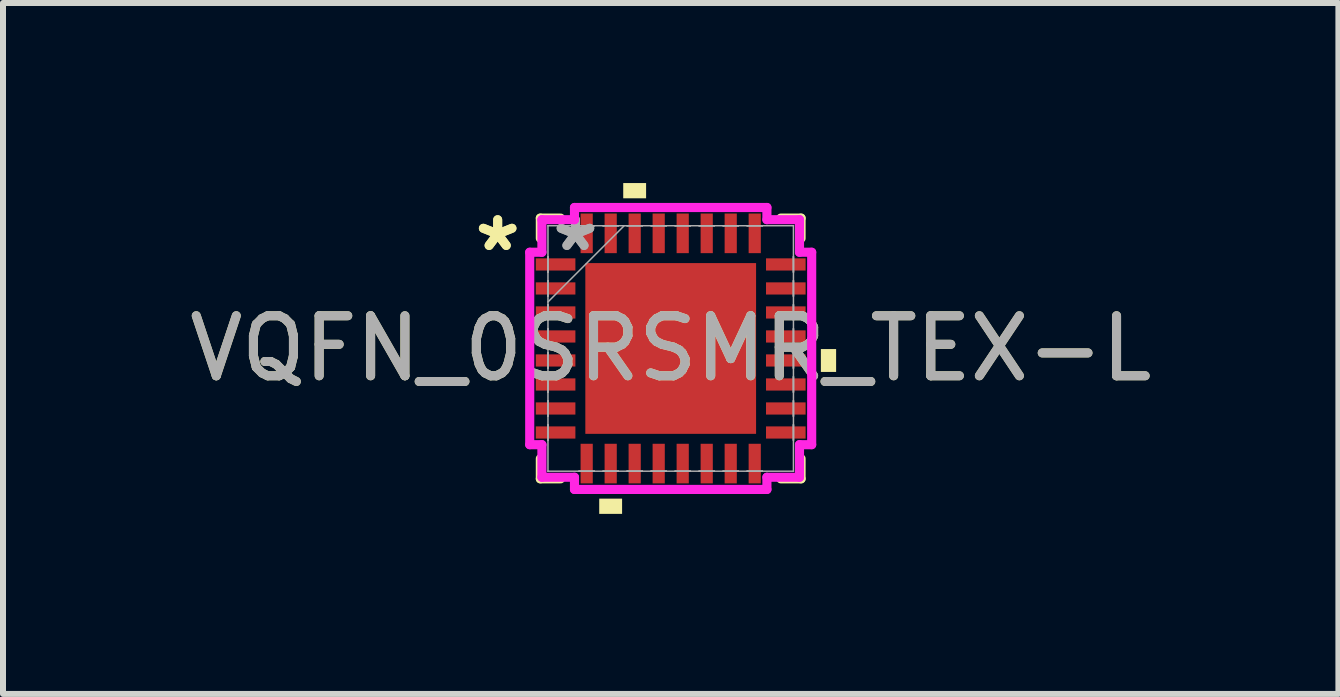
<source format=kicad_pcb>
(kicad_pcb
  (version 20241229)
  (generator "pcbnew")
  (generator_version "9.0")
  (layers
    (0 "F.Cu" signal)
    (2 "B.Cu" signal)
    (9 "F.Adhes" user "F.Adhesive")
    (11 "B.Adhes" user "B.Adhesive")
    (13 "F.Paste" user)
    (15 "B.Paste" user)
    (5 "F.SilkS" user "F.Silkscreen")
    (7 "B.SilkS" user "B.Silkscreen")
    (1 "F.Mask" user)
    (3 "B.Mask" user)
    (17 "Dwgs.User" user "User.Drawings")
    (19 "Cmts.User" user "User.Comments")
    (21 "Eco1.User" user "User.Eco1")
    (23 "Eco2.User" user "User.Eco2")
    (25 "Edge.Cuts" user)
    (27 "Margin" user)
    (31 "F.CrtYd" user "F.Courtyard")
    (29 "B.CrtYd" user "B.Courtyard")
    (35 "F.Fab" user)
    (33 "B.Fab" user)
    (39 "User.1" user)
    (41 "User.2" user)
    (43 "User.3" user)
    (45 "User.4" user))
  (footprint "VQFN_0SRSMR_TEX-L"
    (layer "F.Cu")
    (at 8.125 2.756)
    (property "Reference" "VQFN_0SRSMR_TEX-L" (at 0 0 0) (unlocked yes) (layer "F.SilkS") (effects (font (size 1 1) (thickness 0.15))))
    (attr smd)
    (fp_line (start -2.172 -2.172) (end -2.172 -1.835) (stroke (width 0.152) (type solid)) (layer "F.SilkS"))
    (fp_line (start -2.172 1.835) (end -2.172 2.172) (stroke (width 0.152) (type solid)) (layer "F.SilkS"))
    (fp_line (start -2.172 2.172) (end -1.835 2.172) (stroke (width 0.152) (type solid)) (layer "F.SilkS"))
    (fp_line (start -1.835 -2.172) (end -2.172 -2.172) (stroke (width 0.152) (type solid)) (layer "F.SilkS"))
    (fp_line (start 1.835 2.172) (end 2.172 2.172) (stroke (width 0.152) (type solid)) (layer "F.SilkS"))
    (fp_line (start 2.172 -2.172) (end 1.835 -2.172) (stroke (width 0.152) (type solid)) (layer "F.SilkS"))
    (fp_line (start 2.172 -1.835) (end 2.172 -2.172) (stroke (width 0.152) (type solid)) (layer "F.SilkS"))
    (fp_line (start 2.172 2.172) (end 2.172 1.835) (stroke (width 0.152) (type solid)) (layer "F.SilkS"))
    (fp_poly (pts (xy -1.191 2.502) (xy -1.191 2.756) (xy -0.81 2.756) (xy -0.81 2.502)) (stroke (width 0) (type solid)) (fill yes) (layer "F.SilkS"))
    (fp_poly (pts (xy -0.791 -2.502) (xy -0.791 -2.756) (xy -0.41 -2.756) (xy -0.41 -2.502)) (stroke (width 0) (type solid)) (fill yes) (layer "F.SilkS"))
    (fp_poly (pts (xy 2.756 0.01) (xy 2.756 0.391) (xy 2.502 0.391) (xy 2.502 0.01)) (stroke (width 0) (type solid)) (fill yes) (layer "F.SilkS"))
    (fp_poly (pts (xy -1.322 -1.322) (xy -1.322 -0.1) (xy -0.1 -0.1) (xy -0.1 -1.322)) (stroke (width 0) (type solid)) (fill yes) (layer "F.Paste"))
    (fp_poly (pts (xy -1.322 0.1) (xy -1.322 1.322) (xy -0.1 1.322) (xy -0.1 0.1)) (stroke (width 0) (type solid)) (fill yes) (layer "F.Paste"))
    (fp_poly (pts (xy 0.1 -1.322) (xy 0.1 -0.1) (xy 1.322 -0.1) (xy 1.322 -1.322)) (stroke (width 0) (type solid)) (fill yes) (layer "F.Paste"))
    (fp_poly (pts (xy 0.1 0.1) (xy 0.1 1.322) (xy 1.322 1.322) (xy 1.322 0.1)) (stroke (width 0) (type solid)) (fill yes) (layer "F.Paste"))
    (fp_line (start -2.349 -1.603) (end -2.146 -1.603) (stroke (width 0.152) (type solid)) (layer "F.CrtYd"))
    (fp_line (start -2.349 1.603) (end -2.349 -1.603) (stroke (width 0.152) (type solid)) (layer "F.CrtYd"))
    (fp_line (start -2.146 -2.146) (end -1.603 -2.146) (stroke (width 0.152) (type solid)) (layer "F.CrtYd"))
    (fp_line (start -2.146 -1.603) (end -2.146 -2.146) (stroke (width 0.152) (type solid)) (layer "F.CrtYd"))
    (fp_line (start -2.146 1.603) (end -2.349 1.603) (stroke (width 0.152) (type solid)) (layer "F.CrtYd"))
    (fp_line (start -2.146 2.146) (end -2.146 1.603) (stroke (width 0.152) (type solid)) (layer "F.CrtYd"))
    (fp_line (start -1.603 -2.349) (end 1.603 -2.349) (stroke (width 0.152) (type solid)) (layer "F.CrtYd"))
    (fp_line (start -1.603 -2.146) (end -1.603 -2.349) (stroke (width 0.152) (type solid)) (layer "F.CrtYd"))
    (fp_line (start -1.603 2.146) (end -2.146 2.146) (stroke (width 0.152) (type solid)) (layer "F.CrtYd"))
    (fp_line (start -1.603 2.349) (end -1.603 2.146) (stroke (width 0.152) (type solid)) (layer "F.CrtYd"))
    (fp_line (start 1.603 -2.349) (end 1.603 -2.146) (stroke (width 0.152) (type solid)) (layer "F.CrtYd"))
    (fp_line (start 1.603 -2.146) (end 2.146 -2.146) (stroke (width 0.152) (type solid)) (layer "F.CrtYd"))
    (fp_line (start 1.603 2.146) (end 1.603 2.349) (stroke (width 0.152) (type solid)) (layer "F.CrtYd"))
    (fp_line (start 1.603 2.349) (end -1.603 2.349) (stroke (width 0.152) (type solid)) (layer "F.CrtYd"))
    (fp_line (start 2.146 -2.146) (end 2.146 -1.603) (stroke (width 0.152) (type solid)) (layer "F.CrtYd"))
    (fp_line (start 2.146 -1.603) (end 2.349 -1.603) (stroke (width 0.152) (type solid)) (layer "F.CrtYd"))
    (fp_line (start 2.146 1.603) (end 2.146 2.146) (stroke (width 0.152) (type solid)) (layer "F.CrtYd"))
    (fp_line (start 2.146 2.146) (end 1.603 2.146) (stroke (width 0.152) (type solid)) (layer "F.CrtYd"))
    (fp_line (start 2.349 -1.603) (end 2.349 1.603) (stroke (width 0.152) (type solid)) (layer "F.CrtYd"))
    (fp_line (start 2.349 1.603) (end 2.146 1.603) (stroke (width 0.152) (type solid)) (layer "F.CrtYd"))
    (fp_line (start -2.045 -2.045) (end -2.045 -2.045) (stroke (width 0.025) (type solid)) (layer "F.Fab"))
    (fp_line (start -2.045 -2.045) (end -2.045 2.045) (stroke (width 0.025) (type solid)) (layer "F.Fab"))
    (fp_line (start -2.045 -1.527) (end -2.045 -1.527) (stroke (width 0.025) (type solid)) (layer "F.Fab"))
    (fp_line (start -2.045 -1.527) (end -2.045 -1.273) (stroke (width 0.025) (type solid)) (layer "F.Fab"))
    (fp_line (start -2.045 -1.273) (end -2.045 -1.527) (stroke (width 0.025) (type solid)) (layer "F.Fab"))
    (fp_line (start -2.045 -1.273) (end -2.045 -1.273) (stroke (width 0.025) (type solid)) (layer "F.Fab"))
    (fp_line (start -2.045 -1.127) (end -2.045 -1.127) (stroke (width 0.025) (type solid)) (layer "F.Fab"))
    (fp_line (start -2.045 -1.127) (end -2.045 -0.873) (stroke (width 0.025) (type solid)) (layer "F.Fab"))
    (fp_line (start -2.045 -0.873) (end -2.045 -1.127) (stroke (width 0.025) (type solid)) (layer "F.Fab"))
    (fp_line (start -2.045 -0.873) (end -2.045 -0.873) (stroke (width 0.025) (type solid)) (layer "F.Fab"))
    (fp_line (start -2.045 -0.775) (end -0.775 -2.045) (stroke (width 0.025) (type solid)) (layer "F.Fab"))
    (fp_line (start -2.045 -0.727) (end -2.045 -0.727) (stroke (width 0.025) (type solid)) (layer "F.Fab"))
    (fp_line (start -2.045 -0.727) (end -2.045 -0.473) (stroke (width 0.025) (type solid)) (layer "F.Fab"))
    (fp_line (start -2.045 -0.473) (end -2.045 -0.727) (stroke (width 0.025) (type solid)) (layer "F.Fab"))
    (fp_line (start -2.045 -0.473) (end -2.045 -0.473) (stroke (width 0.025) (type solid)) (layer "F.Fab"))
    (fp_line (start -2.045 -0.327) (end -2.045 -0.327) (stroke (width 0.025) (type solid)) (layer "F.Fab"))
    (fp_line (start -2.045 -0.327) (end -2.045 -0.073) (stroke (width 0.025) (type solid)) (layer "F.Fab"))
    (fp_line (start -2.045 -0.073) (end -2.045 -0.327) (stroke (width 0.025) (type solid)) (layer "F.Fab"))
    (fp_line (start -2.045 -0.073) (end -2.045 -0.073) (stroke (width 0.025) (type solid)) (layer "F.Fab"))
    (fp_line (start -2.045 0.073) (end -2.045 0.073) (stroke (width 0.025) (type solid)) (layer "F.Fab"))
    (fp_line (start -2.045 0.073) (end -2.045 0.327) (stroke (width 0.025) (type solid)) (layer "F.Fab"))
    (fp_line (start -2.045 0.327) (end -2.045 0.073) (stroke (width 0.025) (type solid)) (layer "F.Fab"))
    (fp_line (start -2.045 0.327) (end -2.045 0.327) (stroke (width 0.025) (type solid)) (layer "F.Fab"))
    (fp_line (start -2.045 0.473) (end -2.045 0.473) (stroke (width 0.025) (type solid)) (layer "F.Fab"))
    (fp_line (start -2.045 0.473) (end -2.045 0.727) (stroke (width 0.025) (type solid)) (layer "F.Fab"))
    (fp_line (start -2.045 0.727) (end -2.045 0.473) (stroke (width 0.025) (type solid)) (layer "F.Fab"))
    (fp_line (start -2.045 0.727) (end -2.045 0.727) (stroke (width 0.025) (type solid)) (layer "F.Fab"))
    (fp_line (start -2.045 0.873) (end -2.045 0.873) (stroke (width 0.025) (type solid)) (layer "F.Fab"))
    (fp_line (start -2.045 0.873) (end -2.045 1.127) (stroke (width 0.025) (type solid)) (layer "F.Fab"))
    (fp_line (start -2.045 1.127) (end -2.045 0.873) (stroke (width 0.025) (type solid)) (layer "F.Fab"))
    (fp_line (start -2.045 1.127) (end -2.045 1.127) (stroke (width 0.025) (type solid)) (layer "F.Fab"))
    (fp_line (start -2.045 1.273) (end -2.045 1.273) (stroke (width 0.025) (type solid)) (layer "F.Fab"))
    (fp_line (start -2.045 1.273) (end -2.045 1.527) (stroke (width 0.025) (type solid)) (layer "F.Fab"))
    (fp_line (start -2.045 1.527) (end -2.045 1.273) (stroke (width 0.025) (type solid)) (layer "F.Fab"))
    (fp_line (start -2.045 1.527) (end -2.045 1.527) (stroke (width 0.025) (type solid)) (layer "F.Fab"))
    (fp_line (start -2.045 2.045) (end -2.045 2.045) (stroke (width 0.025) (type solid)) (layer "F.Fab"))
    (fp_line (start -2.045 2.045) (end 2.045 2.045) (stroke (width 0.025) (type solid)) (layer "F.Fab"))
    (fp_line (start -1.527 -2.045) (end -1.527 -2.045) (stroke (width 0.025) (type solid)) (layer "F.Fab"))
    (fp_line (start -1.527 -2.045) (end -1.273 -2.045) (stroke (width 0.025) (type solid)) (layer "F.Fab"))
    (fp_line (start -1.527 2.045) (end -1.527 2.045) (stroke (width 0.025) (type solid)) (layer "F.Fab"))
    (fp_line (start -1.527 2.045) (end -1.273 2.045) (stroke (width 0.025) (type solid)) (layer "F.Fab"))
    (fp_line (start -1.273 -2.045) (end -1.527 -2.045) (stroke (width 0.025) (type solid)) (layer "F.Fab"))
    (fp_line (start -1.273 -2.045) (end -1.273 -2.045) (stroke (width 0.025) (type solid)) (layer "F.Fab"))
    (fp_line (start -1.273 2.045) (end -1.527 2.045) (stroke (width 0.025) (type solid)) (layer "F.Fab"))
    (fp_line (start -1.273 2.045) (end -1.273 2.045) (stroke (width 0.025) (type solid)) (layer "F.Fab"))
    (fp_line (start -1.127 -2.045) (end -1.127 -2.045) (stroke (width 0.025) (type solid)) (layer "F.Fab"))
    (fp_line (start -1.127 -2.045) (end -0.873 -2.045) (stroke (width 0.025) (type solid)) (layer "F.Fab"))
    (fp_line (start -1.127 2.045) (end -1.127 2.045) (stroke (width 0.025) (type solid)) (layer "F.Fab"))
    (fp_line (start -1.127 2.045) (end -0.873 2.045) (stroke (width 0.025) (type solid)) (layer "F.Fab"))
    (fp_line (start -0.873 -2.045) (end -1.127 -2.045) (stroke (width 0.025) (type solid)) (layer "F.Fab"))
    (fp_line (start -0.873 -2.045) (end -0.873 -2.045) (stroke (width 0.025) (type solid)) (layer "F.Fab"))
    (fp_line (start -0.873 2.045) (end -1.127 2.045) (stroke (width 0.025) (type solid)) (layer "F.Fab"))
    (fp_line (start -0.873 2.045) (end -0.873 2.045) (stroke (width 0.025) (type solid)) (layer "F.Fab"))
    (fp_line (start -0.727 -2.045) (end -0.727 -2.045) (stroke (width 0.025) (type solid)) (layer "F.Fab"))
    (fp_line (start -0.727 -2.045) (end -0.473 -2.045) (stroke (width 0.025) (type solid)) (layer "F.Fab"))
    (fp_line (start -0.727 2.045) (end -0.727 2.045) (stroke (width 0.025) (type solid)) (layer "F.Fab"))
    (fp_line (start -0.727 2.045) (end -0.473 2.045) (stroke (width 0.025) (type solid)) (layer "F.Fab"))
    (fp_line (start -0.473 -2.045) (end -0.727 -2.045) (stroke (width 0.025) (type solid)) (layer "F.Fab"))
    (fp_line (start -0.473 -2.045) (end -0.473 -2.045) (stroke (width 0.025) (type solid)) (layer "F.Fab"))
    (fp_line (start -0.473 2.045) (end -0.727 2.045) (stroke (width 0.025) (type solid)) (layer "F.Fab"))
    (fp_line (start -0.473 2.045) (end -0.473 2.045) (stroke (width 0.025) (type solid)) (layer "F.Fab"))
    (fp_line (start -0.327 -2.045) (end -0.327 -2.045) (stroke (width 0.025) (type solid)) (layer "F.Fab"))
    (fp_line (start -0.327 -2.045) (end -0.073 -2.045) (stroke (width 0.025) (type solid)) (layer "F.Fab"))
    (fp_line (start -0.327 2.045) (end -0.327 2.045) (stroke (width 0.025) (type solid)) (layer "F.Fab"))
    (fp_line (start -0.327 2.045) (end -0.073 2.045) (stroke (width 0.025) (type solid)) (layer "F.Fab"))
    (fp_line (start -0.073 -2.045) (end -0.327 -2.045) (stroke (width 0.025) (type solid)) (layer "F.Fab"))
    (fp_line (start -0.073 -2.045) (end -0.073 -2.045) (stroke (width 0.025) (type solid)) (layer "F.Fab"))
    (fp_line (start -0.073 2.045) (end -0.327 2.045) (stroke (width 0.025) (type solid)) (layer "F.Fab"))
    (fp_line (start -0.073 2.045) (end -0.073 2.045) (stroke (width 0.025) (type solid)) (layer "F.Fab"))
    (fp_line (start 0.073 -2.045) (end 0.073 -2.045) (stroke (width 0.025) (type solid)) (layer "F.Fab"))
    (fp_line (start 0.073 -2.045) (end 0.327 -2.045) (stroke (width 0.025) (type solid)) (layer "F.Fab"))
    (fp_line (start 0.073 2.045) (end 0.073 2.045) (stroke (width 0.025) (type solid)) (layer "F.Fab"))
    (fp_line (start 0.073 2.045) (end 0.327 2.045) (stroke (width 0.025) (type solid)) (layer "F.Fab"))
    (fp_line (start 0.327 -2.045) (end 0.073 -2.045) (stroke (width 0.025) (type solid)) (layer "F.Fab"))
    (fp_line (start 0.327 -2.045) (end 0.327 -2.045) (stroke (width 0.025) (type solid)) (layer "F.Fab"))
    (fp_line (start 0.327 2.045) (end 0.073 2.045) (stroke (width 0.025) (type solid)) (layer "F.Fab"))
    (fp_line (start 0.327 2.045) (end 0.327 2.045) (stroke (width 0.025) (type solid)) (layer "F.Fab"))
    (fp_line (start 0.473 -2.045) (end 0.473 -2.045) (stroke (width 0.025) (type solid)) (layer "F.Fab"))
    (fp_line (start 0.473 -2.045) (end 0.727 -2.045) (stroke (width 0.025) (type solid)) (layer "F.Fab"))
    (fp_line (start 0.473 2.045) (end 0.473 2.045) (stroke (width 0.025) (type solid)) (layer "F.Fab"))
    (fp_line (start 0.473 2.045) (end 0.727 2.045) (stroke (width 0.025) (type solid)) (layer "F.Fab"))
    (fp_line (start 0.727 -2.045) (end 0.473 -2.045) (stroke (width 0.025) (type solid)) (layer "F.Fab"))
    (fp_line (start 0.727 -2.045) (end 0.727 -2.045) (stroke (width 0.025) (type solid)) (layer "F.Fab"))
    (fp_line (start 0.727 2.045) (end 0.473 2.045) (stroke (width 0.025) (type solid)) (layer "F.Fab"))
    (fp_line (start 0.727 2.045) (end 0.727 2.045) (stroke (width 0.025) (type solid)) (layer "F.Fab"))
    (fp_line (start 0.873 -2.045) (end 0.873 -2.045) (stroke (width 0.025) (type solid)) (layer "F.Fab"))
    (fp_line (start 0.873 -2.045) (end 1.127 -2.045) (stroke (width 0.025) (type solid)) (layer "F.Fab"))
    (fp_line (start 0.873 2.045) (end 0.873 2.045) (stroke (width 0.025) (type solid)) (layer "F.Fab"))
    (fp_line (start 0.873 2.045) (end 1.127 2.045) (stroke (width 0.025) (type solid)) (layer "F.Fab"))
    (fp_line (start 1.127 -2.045) (end 0.873 -2.045) (stroke (width 0.025) (type solid)) (layer "F.Fab"))
    (fp_line (start 1.127 -2.045) (end 1.127 -2.045) (stroke (width 0.025) (type solid)) (layer "F.Fab"))
    (fp_line (start 1.127 2.045) (end 0.873 2.045) (stroke (width 0.025) (type solid)) (layer "F.Fab"))
    (fp_line (start 1.127 2.045) (end 1.127 2.045) (stroke (width 0.025) (type solid)) (layer "F.Fab"))
    (fp_line (start 1.273 -2.045) (end 1.273 -2.045) (stroke (width 0.025) (type solid)) (layer "F.Fab"))
    (fp_line (start 1.273 -2.045) (end 1.527 -2.045) (stroke (width 0.025) (type solid)) (layer "F.Fab"))
    (fp_line (start 1.273 2.045) (end 1.273 2.045) (stroke (width 0.025) (type solid)) (layer "F.Fab"))
    (fp_line (start 1.273 2.045) (end 1.527 2.045) (stroke (width 0.025) (type solid)) (layer "F.Fab"))
    (fp_line (start 1.527 -2.045) (end 1.273 -2.045) (stroke (width 0.025) (type solid)) (layer "F.Fab"))
    (fp_line (start 1.527 -2.045) (end 1.527 -2.045) (stroke (width 0.025) (type solid)) (layer "F.Fab"))
    (fp_line (start 1.527 2.045) (end 1.273 2.045) (stroke (width 0.025) (type solid)) (layer "F.Fab"))
    (fp_line (start 1.527 2.045) (end 1.527 2.045) (stroke (width 0.025) (type solid)) (layer "F.Fab"))
    (fp_line (start 2.045 -2.045) (end -2.045 -2.045) (stroke (width 0.025) (type solid)) (layer "F.Fab"))
    (fp_line (start 2.045 -2.045) (end 2.045 -2.045) (stroke (width 0.025) (type solid)) (layer "F.Fab"))
    (fp_line (start 2.045 -1.527) (end 2.045 -1.527) (stroke (width 0.025) (type solid)) (layer "F.Fab"))
    (fp_line (start 2.045 -1.527) (end 2.045 -1.273) (stroke (width 0.025) (type solid)) (layer "F.Fab"))
    (fp_line (start 2.045 -1.273) (end 2.045 -1.527) (stroke (width 0.025) (type solid)) (layer "F.Fab"))
    (fp_line (start 2.045 -1.273) (end 2.045 -1.273) (stroke (width 0.025) (type solid)) (layer "F.Fab"))
    (fp_line (start 2.045 -1.127) (end 2.045 -1.127) (stroke (width 0.025) (type solid)) (layer "F.Fab"))
    (fp_line (start 2.045 -1.127) (end 2.045 -0.873) (stroke (width 0.025) (type solid)) (layer "F.Fab"))
    (fp_line (start 2.045 -0.873) (end 2.045 -1.127) (stroke (width 0.025) (type solid)) (layer "F.Fab"))
    (fp_line (start 2.045 -0.873) (end 2.045 -0.873) (stroke (width 0.025) (type solid)) (layer "F.Fab"))
    (fp_line (start 2.045 -0.727) (end 2.045 -0.727) (stroke (width 0.025) (type solid)) (layer "F.Fab"))
    (fp_line (start 2.045 -0.727) (end 2.045 -0.473) (stroke (width 0.025) (type solid)) (layer "F.Fab"))
    (fp_line (start 2.045 -0.473) (end 2.045 -0.727) (stroke (width 0.025) (type solid)) (layer "F.Fab"))
    (fp_line (start 2.045 -0.473) (end 2.045 -0.473) (stroke (width 0.025) (type solid)) (layer "F.Fab"))
    (fp_line (start 2.045 -0.327) (end 2.045 -0.327) (stroke (width 0.025) (type solid)) (layer "F.Fab"))
    (fp_line (start 2.045 -0.327) (end 2.045 -0.073) (stroke (width 0.025) (type solid)) (layer "F.Fab"))
    (fp_line (start 2.045 -0.073) (end 2.045 -0.327) (stroke (width 0.025) (type solid)) (layer "F.Fab"))
    (fp_line (start 2.045 -0.073) (end 2.045 -0.073) (stroke (width 0.025) (type solid)) (layer "F.Fab"))
    (fp_line (start 2.045 0.073) (end 2.045 0.073) (stroke (width 0.025) (type solid)) (layer "F.Fab"))
    (fp_line (start 2.045 0.073) (end 2.045 0.327) (stroke (width 0.025) (type solid)) (layer "F.Fab"))
    (fp_line (start 2.045 0.327) (end 2.045 0.073) (stroke (width 0.025) (type solid)) (layer "F.Fab"))
    (fp_line (start 2.045 0.327) (end 2.045 0.327) (stroke (width 0.025) (type solid)) (layer "F.Fab"))
    (fp_line (start 2.045 0.473) (end 2.045 0.473) (stroke (width 0.025) (type solid)) (layer "F.Fab"))
    (fp_line (start 2.045 0.473) (end 2.045 0.727) (stroke (width 0.025) (type solid)) (layer "F.Fab"))
    (fp_line (start 2.045 0.727) (end 2.045 0.473) (stroke (width 0.025) (type solid)) (layer "F.Fab"))
    (fp_line (start 2.045 0.727) (end 2.045 0.727) (stroke (width 0.025) (type solid)) (layer "F.Fab"))
    (fp_line (start 2.045 0.873) (end 2.045 0.873) (stroke (width 0.025) (type solid)) (layer "F.Fab"))
    (fp_line (start 2.045 0.873) (end 2.045 1.127) (stroke (width 0.025) (type solid)) (layer "F.Fab"))
    (fp_line (start 2.045 1.127) (end 2.045 0.873) (stroke (width 0.025) (type solid)) (layer "F.Fab"))
    (fp_line (start 2.045 1.127) (end 2.045 1.127) (stroke (width 0.025) (type solid)) (layer "F.Fab"))
    (fp_line (start 2.045 1.273) (end 2.045 1.273) (stroke (width 0.025) (type solid)) (layer "F.Fab"))
    (fp_line (start 2.045 1.273) (end 2.045 1.527) (stroke (width 0.025) (type solid)) (layer "F.Fab"))
    (fp_line (start 2.045 1.527) (end 2.045 1.273) (stroke (width 0.025) (type solid)) (layer "F.Fab"))
    (fp_line (start 2.045 1.527) (end 2.045 1.527) (stroke (width 0.025) (type solid)) (layer "F.Fab"))
    (fp_line (start 2.045 2.045) (end 2.045 -2.045) (stroke (width 0.025) (type solid)) (layer "F.Fab"))
    (fp_line (start 2.045 2.045) (end 2.045 2.045) (stroke (width 0.025) (type solid)) (layer "F.Fab"))
    (fp_text user "*" (at -2.883 -1.6 0) (layer "F.SilkS") (effects (font (size 1 1) (thickness 0.15))))
    (fp_text user "*" (at -2.883 -1.6 0) (unlocked yes) (layer "F.SilkS") (effects (font (size 1 1) (thickness 0.15))))
    (fp_text user "*" (at -1.587 -1.6 0) (layer "F.Fab") (effects (font (size 1 1) (thickness 0.15))))
    (fp_text user "${REFERENCE}" (at 0 0 0) (unlocked yes) (layer "F.Fab") (effects (font (size 1 1) (thickness 0.15))))
    (fp_text user "*" (at -1.587 -1.6 0) (unlocked yes) (layer "F.Fab") (effects (font (size 1 1) (thickness 0.15))))
    (pad "1" smd rect (at -1.918 -1.4 90) (size 0.203 0.66) (layers "F.Cu" "F.Mask" "F.Paste"))
    (pad "2" smd rect (at -1.918 -1 90) (size 0.203 0.66) (layers "F.Cu" "F.Mask" "F.Paste"))
    (pad "3" smd rect (at -1.918 -0.6 90) (size 0.203 0.66) (layers "F.Cu" "F.Mask" "F.Paste"))
    (pad "4" smd rect (at -1.918 -0.2 90) (size 0.203 0.66) (layers "F.Cu" "F.Mask" "F.Paste"))
    (pad "5" smd rect (at -1.918 0.2 90) (size 0.203 0.66) (layers "F.Cu" "F.Mask" "F.Paste"))
    (pad "6" smd rect (at -1.918 0.6 90) (size 0.203 0.66) (layers "F.Cu" "F.Mask" "F.Paste"))
    (pad "7" smd rect (at -1.918 1 90) (size 0.203 0.66) (layers "F.Cu" "F.Mask" "F.Paste"))
    (pad "8" smd rect (at -1.918 1.4 90) (size 0.203 0.66) (layers "F.Cu" "F.Mask" "F.Paste"))
    (pad "9" smd rect (at -1.4 1.918) (size 0.203 0.66) (layers "F.Cu" "F.Mask" "F.Paste"))
    (pad "10" smd rect (at -1 1.918) (size 0.203 0.66) (layers "F.Cu" "F.Mask" "F.Paste"))
    (pad "11" smd rect (at -0.6 1.918) (size 0.203 0.66) (layers "F.Cu" "F.Mask" "F.Paste"))
    (pad "12" smd rect (at -0.2 1.918) (size 0.203 0.66) (layers "F.Cu" "F.Mask" "F.Paste"))
    (pad "13" smd rect (at 0.2 1.918) (size 0.203 0.66) (layers "F.Cu" "F.Mask" "F.Paste"))
    (pad "14" smd rect (at 0.6 1.918) (size 0.203 0.66) (layers "F.Cu" "F.Mask" "F.Paste"))
    (pad "15" smd rect (at 1 1.918) (size 0.203 0.66) (layers "F.Cu" "F.Mask" "F.Paste"))
    (pad "16" smd rect (at 1.4 1.918) (size 0.203 0.66) (layers "F.Cu" "F.Mask" "F.Paste"))
    (pad "17" smd rect (at 1.918 1.4 90) (size 0.203 0.66) (layers "F.Cu" "F.Mask" "F.Paste"))
    (pad "18" smd rect (at 1.918 1 90) (size 0.203 0.66) (layers "F.Cu" "F.Mask" "F.Paste"))
    (pad "19" smd rect (at 1.918 0.6 90) (size 0.203 0.66) (layers "F.Cu" "F.Mask" "F.Paste"))
    (pad "20" smd rect (at 1.918 0.2 90) (size 0.203 0.66) (layers "F.Cu" "F.Mask" "F.Paste"))
    (pad "21" smd rect (at 1.918 -0.2 90) (size 0.203 0.66) (layers "F.Cu" "F.Mask" "F.Paste"))
    (pad "22" smd rect (at 1.918 -0.6 90) (size 0.203 0.66) (layers "F.Cu" "F.Mask" "F.Paste"))
    (pad "23" smd rect (at 1.918 -1 90) (size 0.203 0.66) (layers "F.Cu" "F.Mask" "F.Paste"))
    (pad "24" smd rect (at 1.918 -1.4 90) (size 0.203 0.66) (layers "F.Cu" "F.Mask" "F.Paste"))
    (pad "25" smd rect (at 1.4 -1.918) (size 0.203 0.66) (layers "F.Cu" "F.Mask" "F.Paste"))
    (pad "26" smd rect (at 1 -1.918) (size 0.203 0.66) (layers "F.Cu" "F.Mask" "F.Paste"))
    (pad "27" smd rect (at 0.6 -1.918) (size 0.203 0.66) (layers "F.Cu" "F.Mask" "F.Paste"))
    (pad "28" smd rect (at 0.2 -1.918) (size 0.203 0.66) (layers "F.Cu" "F.Mask" "F.Paste"))
    (pad "29" smd rect (at -0.2 -1.918) (size 0.203 0.66) (layers "F.Cu" "F.Mask" "F.Paste"))
    (pad "30" smd rect (at -0.6 -1.918) (size 0.203 0.66) (layers "F.Cu" "F.Mask" "F.Paste"))
    (pad "31" smd rect (at -1 -1.918) (size 0.203 0.66) (layers "F.Cu" "F.Mask" "F.Paste"))
    (pad "32" smd rect (at -1.4 -1.918) (size 0.203 0.66) (layers "F.Cu" "F.Mask" "F.Paste"))
    (pad "33" smd rect (at 0 0) (size 2.845 2.845) (layers "F.Cu" "F.Mask")))
  (gr_rect
    (start -3 -3)
    (end 19.25 8.512)
    (stroke (width 0.1) (type default))
    (fill no)
    (layer "Edge.Cuts")))
</source>
